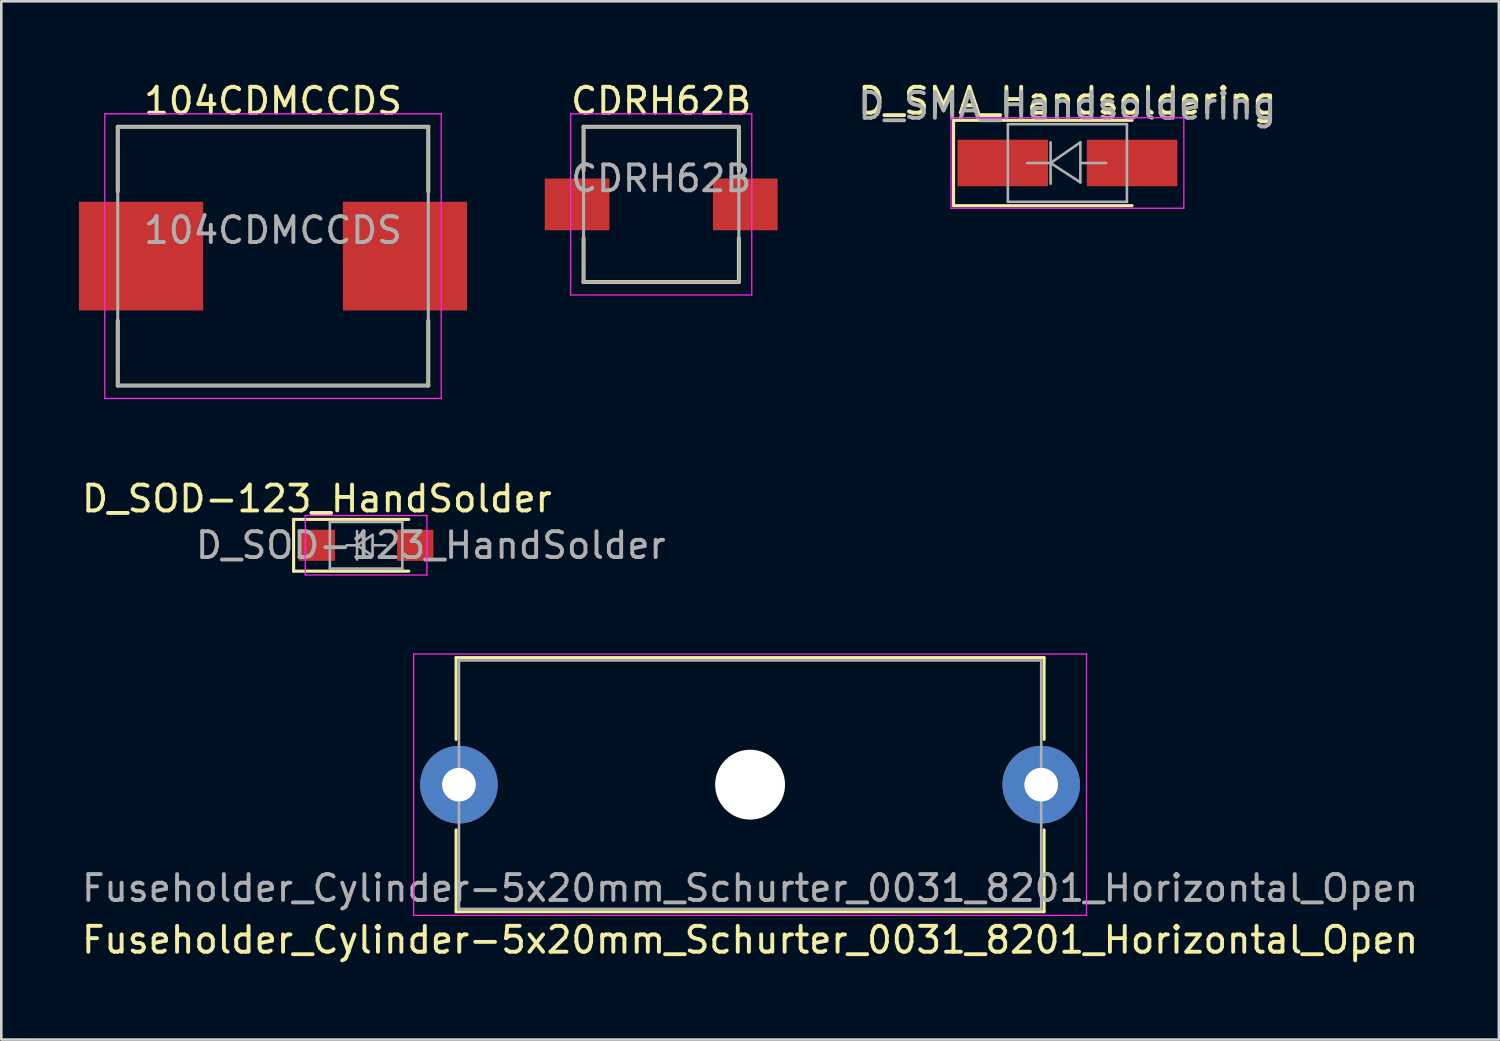
<source format=kicad_pcb>
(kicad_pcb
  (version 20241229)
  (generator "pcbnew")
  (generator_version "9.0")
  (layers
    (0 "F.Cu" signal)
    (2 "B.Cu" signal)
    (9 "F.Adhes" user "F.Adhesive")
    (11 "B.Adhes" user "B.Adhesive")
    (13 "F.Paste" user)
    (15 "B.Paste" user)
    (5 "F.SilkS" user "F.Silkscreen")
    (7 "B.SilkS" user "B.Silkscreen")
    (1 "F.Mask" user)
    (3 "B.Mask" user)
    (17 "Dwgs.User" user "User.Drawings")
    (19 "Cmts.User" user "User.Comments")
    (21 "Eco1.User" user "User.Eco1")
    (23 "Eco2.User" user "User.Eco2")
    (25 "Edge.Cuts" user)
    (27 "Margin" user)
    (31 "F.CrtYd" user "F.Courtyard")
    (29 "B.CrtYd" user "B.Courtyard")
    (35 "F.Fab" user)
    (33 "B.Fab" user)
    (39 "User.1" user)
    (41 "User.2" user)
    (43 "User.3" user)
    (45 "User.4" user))
  (footprint "D_SMA_Handsoldering"
    (layer "F.Cu")
    (at 38.196 3.248)
    (property "Reference" "D_SMA_Handsoldering" (at 0 -2.4 0) (layer "F.SilkS") (effects (font (size 1 1) (thickness 0.15))))
    (attr smd)
    (fp_line (start -4.4 -1.65) (end -4.4 1.65) (stroke (width 0.12) (type solid)) (layer "F.SilkS"))
    (fp_line (start -4.4 -1.65) (end 2.5 -1.65) (stroke (width 0.12) (type solid)) (layer "F.SilkS"))
    (fp_line (start -4.4 1.65) (end 2.5 1.65) (stroke (width 0.12) (type solid)) (layer "F.SilkS"))
    (fp_line (start -4.5 -1.75) (end 4.5 -1.75) (stroke (width 0.05) (type solid)) (layer "F.CrtYd"))
    (fp_line (start -4.5 1.75) (end -4.5 -1.75) (stroke (width 0.05) (type solid)) (layer "F.CrtYd"))
    (fp_line (start 4.5 -1.75) (end 4.5 1.75) (stroke (width 0.05) (type solid)) (layer "F.CrtYd"))
    (fp_line (start 4.5 1.75) (end -4.5 1.75) (stroke (width 0.05) (type solid)) (layer "F.CrtYd"))
    (fp_line (start -2.3 1.5) (end -2.3 -1.5) (stroke (width 0.1) (type solid)) (layer "F.Fab"))
    (fp_line (start -0.649 -0.799) (end -0.649 0.801) (stroke (width 0.1) (type solid)) (layer "F.Fab"))
    (fp_line (start -0.649 0.001) (end -1.551 0.001) (stroke (width 0.1) (type solid)) (layer "F.Fab"))
    (fp_line (start -0.649 0.001) (end 0.501 -0.799) (stroke (width 0.1) (type solid)) (layer "F.Fab"))
    (fp_line (start -0.649 0.001) (end 0.501 0.75) (stroke (width 0.1) (type solid)) (layer "F.Fab"))
    (fp_line (start 0.501 0.001) (end 1.499 0.001) (stroke (width 0.1) (type solid)) (layer "F.Fab"))
    (fp_line (start 0.501 0.75) (end 0.501 -0.799) (stroke (width 0.1) (type solid)) (layer "F.Fab"))
    (fp_line (start 2.3 -1.5) (end -2.3 -1.5) (stroke (width 0.1) (type solid)) (layer "F.Fab"))
    (fp_line (start 2.3 -1.5) (end 2.3 1.5) (stroke (width 0.1) (type solid)) (layer "F.Fab"))
    (fp_line (start 2.3 1.5) (end -2.3 1.5) (stroke (width 0.1) (type solid)) (layer "F.Fab"))
    (fp_text user "${REFERENCE}" (at 0 -2.2 0) (layer "F.Fab") (effects (font (size 1 1) (thickness 0.15))))
    (pad "1" smd rect (at -2.5 0) (size 3.5 1.8) (layers "F.Cu" "F.Mask" "F.Paste"))
    (pad "2" smd rect (at 2.5 0) (size 3.5 1.8) (layers "F.Cu" "F.Mask" "F.Paste")))
  (footprint "CDRH62B"
    (layer "F.Cu")
    (at 22.5 4.848)
    (property "Reference" "CDRH62B" (at 0 -4 0) (layer "F.SilkS") (effects (font (size 1 1) (thickness 0.15))))
    (attr through_hole)
    (fp_line (start -3 -3) (end 3 -3) (stroke (width 0.15) (type solid)) (layer "F.SilkS"))
    (fp_line (start -3 -1.3) (end -3 -3) (stroke (width 0.15) (type solid)) (layer "F.SilkS"))
    (fp_line (start -3 3) (end -3 1.3) (stroke (width 0.15) (type solid)) (layer "F.SilkS"))
    (fp_line (start -3 3) (end 3 3) (stroke (width 0.15) (type solid)) (layer "F.SilkS"))
    (fp_line (start 3 -1.3) (end 3 -3) (stroke (width 0.15) (type solid)) (layer "F.SilkS"))
    (fp_line (start 3 3) (end 3 1.3) (stroke (width 0.15) (type solid)) (layer "F.SilkS"))
    (fp_line (start -3.5 -3.5) (end -3.5 3.5) (stroke (width 0.05) (type solid)) (layer "F.CrtYd"))
    (fp_line (start -3.5 -3.5) (end 3.5 -3.5) (stroke (width 0.05) (type solid)) (layer "F.CrtYd"))
    (fp_line (start 3.5 -3.5) (end 3.5 3.5) (stroke (width 0.05) (type solid)) (layer "F.CrtYd"))
    (fp_line (start 3.5 3.5) (end -3.5 3.5) (stroke (width 0.05) (type solid)) (layer "F.CrtYd"))
    (fp_line (start -3 -3) (end 3 -3) (stroke (width 0.12) (type solid)) (layer "F.Fab"))
    (fp_line (start -3 3) (end -3 -3) (stroke (width 0.12) (type solid)) (layer "F.Fab"))
    (fp_line (start 3 -3) (end 3 3) (stroke (width 0.12) (type solid)) (layer "F.Fab"))
    (fp_line (start 3 3) (end -3 3) (stroke (width 0.12) (type solid)) (layer "F.Fab"))
    (fp_text user "${REFERENCE}" (at 0 -1 0) (layer "F.Fab") (effects (font (size 1 1) (thickness 0.15))))
    (pad "1" smd rect (at -3.25 0) (size 2.5 2) (layers "F.Cu" "F.Mask" "F.Paste"))
    (pad "2" smd rect (at 3.25 0) (size 2.5 2) (layers "F.Cu" "F.Mask" "F.Paste")))
  (footprint "Fuseholder_Cylinder-5x20mm_Schurter_0031_8201_Horizontal_Open"
    (layer "F.Cu")
    (at 14.685 27.271)
    (property "Reference" "Fuseholder_Cylinder-5x20mm_Schurter_0031_8201_Horizontal_Open" (at 11.25 6 180) (layer "F.SilkS") (effects (font (size 1 1) (thickness 0.15))))
    (attr through_hole)
    (fp_line (start -0.11 -4.91) (end 22.61 -4.91) (stroke (width 0.12) (type solid)) (layer "F.SilkS"))
    (fp_line (start -0.11 -1.75) (end -0.11 -4.91) (stroke (width 0.12) (type solid)) (layer "F.SilkS"))
    (fp_line (start -0.11 4.91) (end -0.11 1.75) (stroke (width 0.12) (type solid)) (layer "F.SilkS"))
    (fp_line (start -0.11 4.91) (end 22.61 4.91) (stroke (width 0.12) (type solid)) (layer "F.SilkS"))
    (fp_line (start 22.61 -1.75) (end 22.61 -4.91) (stroke (width 0.12) (type solid)) (layer "F.SilkS"))
    (fp_line (start 22.61 4.91) (end 22.61 1.75) (stroke (width 0.12) (type solid)) (layer "F.SilkS"))
    (fp_line (start -1.75 -5.05) (end 24.25 -5.05) (stroke (width 0.05) (type solid)) (layer "F.CrtYd"))
    (fp_line (start -1.75 5.05) (end -1.75 -5.05) (stroke (width 0.05) (type solid)) (layer "F.CrtYd"))
    (fp_line (start 24.25 -5.05) (end 24.25 5.05) (stroke (width 0.05) (type solid)) (layer "F.CrtYd"))
    (fp_line (start 24.25 5.05) (end -1.75 5.05) (stroke (width 0.05) (type solid)) (layer "F.CrtYd"))
    (fp_line (start 0 -4.8) (end 0 4.8) (stroke (width 0.1) (type solid)) (layer "F.Fab"))
    (fp_line (start 0 4.8) (end 22.5 4.8) (stroke (width 0.1) (type solid)) (layer "F.Fab"))
    (fp_line (start 22.5 -4.8) (end 0 -4.8) (stroke (width 0.1) (type solid)) (layer "F.Fab"))
    (fp_line (start 22.5 4.8) (end 22.5 -4.8) (stroke (width 0.1) (type solid)) (layer "F.Fab"))
    (fp_text user "${REFERENCE}" (at 11.25 4 180) (layer "F.Fab") (effects (font (size 1 1) (thickness 0.15))))
    (pad "" np_thru_hole circle (at 11.25 0) (size 2.7 2.7) (drill 2.7) (layers "*.Cu" "*.Mask"))
    (pad "1" thru_hole circle (at 0 0) (size 3 3) (drill 1.3) (layers "*.Cu" "*.Mask"))
    (pad "2" thru_hole circle (at 22.5 0) (size 3 3) (drill 1.3) (layers "*.Cu" "*.Mask")))
  (footprint "104CDMCCDS"
    (layer "F.Cu")
    (at 7.5 6.848)
    (property "Reference" "104CDMCCDS" (at 0 -6 0) (layer "F.SilkS") (effects (font (size 1 1) (thickness 0.15))))
    (attr through_hole)
    (fp_line (start -6 -5) (end -6 -2.5) (stroke (width 0.15) (type solid)) (layer "F.SilkS"))
    (fp_line (start -6 -5) (end 6 -5) (stroke (width 0.15) (type solid)) (layer "F.SilkS"))
    (fp_line (start -6 5) (end -6 2.5) (stroke (width 0.15) (type solid)) (layer "F.SilkS"))
    (fp_line (start -6 5) (end 6 5) (stroke (width 0.15) (type solid)) (layer "F.SilkS"))
    (fp_line (start 6 -5) (end 6 -2.5) (stroke (width 0.15) (type solid)) (layer "F.SilkS"))
    (fp_line (start 6 5) (end 6 2.5) (stroke (width 0.15) (type solid)) (layer "F.SilkS"))
    (fp_line (start -6.5 -5.5) (end 6.5 -5.5) (stroke (width 0.05) (type solid)) (layer "F.CrtYd"))
    (fp_line (start -6.5 5.5) (end -6.5 -5.5) (stroke (width 0.05) (type solid)) (layer "F.CrtYd"))
    (fp_line (start 6.5 -5.5) (end 6.5 5.5) (stroke (width 0.05) (type solid)) (layer "F.CrtYd"))
    (fp_line (start 6.5 5.5) (end -6.5 5.5) (stroke (width 0.05) (type solid)) (layer "F.CrtYd"))
    (fp_line (start -6 -5) (end 6 -5) (stroke (width 0.12) (type solid)) (layer "F.Fab"))
    (fp_line (start -6 5) (end -6 -5) (stroke (width 0.12) (type solid)) (layer "F.Fab"))
    (fp_line (start 6 -5) (end 6 5) (stroke (width 0.12) (type solid)) (layer "F.Fab"))
    (fp_line (start 6 5) (end -6 5) (stroke (width 0.12) (type solid)) (layer "F.Fab"))
    (fp_text user "${REFERENCE}" (at 0 -1 0) (layer "F.Fab") (effects (font (size 1 1) (thickness 0.15))))
    (pad "1" smd rect (at -5.1 0) (size 4.8 4.2) (layers "F.Cu" "F.Mask" "F.Paste"))
    (pad "2" smd rect (at 5.1 0) (size 4.8 4.2) (layers "F.Cu" "F.Mask" "F.Paste")))
  (footprint "D_SOD-123_HandSolder"
    (layer "F.Cu")
    (at 11.096 18.021)
    (property "Reference" "D_SOD-123_HandSolder" (at -1.9 -1.8 180) (layer "F.SilkS") (effects (font (size 1 1) (thickness 0.15))))
    (attr smd)
    (fp_line (start -2.8 -1) (end -2.8 1) (stroke (width 0.12) (type solid)) (layer "F.SilkS"))
    (fp_line (start -2.8 -1) (end 1.65 -1) (stroke (width 0.12) (type solid)) (layer "F.SilkS"))
    (fp_line (start -2.8 1) (end 1.65 1) (stroke (width 0.12) (type solid)) (layer "F.SilkS"))
    (fp_line (start -2.35 -1.15) (end -2.35 1.15) (stroke (width 0.05) (type solid)) (layer "F.CrtYd"))
    (fp_line (start -2.35 -1.15) (end 2.35 -1.15) (stroke (width 0.05) (type solid)) (layer "F.CrtYd"))
    (fp_line (start 2.35 -1.15) (end 2.35 1.15) (stroke (width 0.05) (type solid)) (layer "F.CrtYd"))
    (fp_line (start 2.35 1.15) (end -2.35 1.15) (stroke (width 0.05) (type solid)) (layer "F.CrtYd"))
    (fp_line (start -1.4 -0.9) (end 1.4 -0.9) (stroke (width 0.1) (type solid)) (layer "F.Fab"))
    (fp_line (start -1.4 0.9) (end -1.4 -0.9) (stroke (width 0.1) (type solid)) (layer "F.Fab"))
    (fp_line (start -0.75 0) (end -0.35 0) (stroke (width 0.1) (type solid)) (layer "F.Fab"))
    (fp_line (start -0.35 0) (end -0.35 -0.55) (stroke (width 0.1) (type solid)) (layer "F.Fab"))
    (fp_line (start -0.35 0) (end -0.35 0.55) (stroke (width 0.1) (type solid)) (layer "F.Fab"))
    (fp_line (start -0.35 0) (end 0.25 -0.4) (stroke (width 0.1) (type solid)) (layer "F.Fab"))
    (fp_line (start 0.25 -0.4) (end 0.25 0.4) (stroke (width 0.1) (type solid)) (layer "F.Fab"))
    (fp_line (start 0.25 0) (end 0.75 0) (stroke (width 0.1) (type solid)) (layer "F.Fab"))
    (fp_line (start 0.25 0.4) (end -0.35 0) (stroke (width 0.1) (type solid)) (layer "F.Fab"))
    (fp_line (start 1.4 -0.9) (end 1.4 0.9) (stroke (width 0.1) (type solid)) (layer "F.Fab"))
    (fp_line (start 1.4 0.9) (end -1.4 0.9) (stroke (width 0.1) (type solid)) (layer "F.Fab"))
    (fp_text user "${REFERENCE}" (at 2.5 0 180) (layer "F.Fab") (effects (font (size 1 1) (thickness 0.15))))
    (pad "1" smd rect (at -1.9 0) (size 1.4 1.2) (layers "F.Cu" "F.Mask" "F.Paste"))
    (pad "2" smd rect (at 1.9 0) (size 1.4 1.2) (layers "F.Cu" "F.Mask" "F.Paste")))
  (gr_rect
    (start -3 -3)
    (end 54.869 37.12)
    (stroke (width 0.1) (type default))
    (fill no)
    (layer "Edge.Cuts")))
</source>
